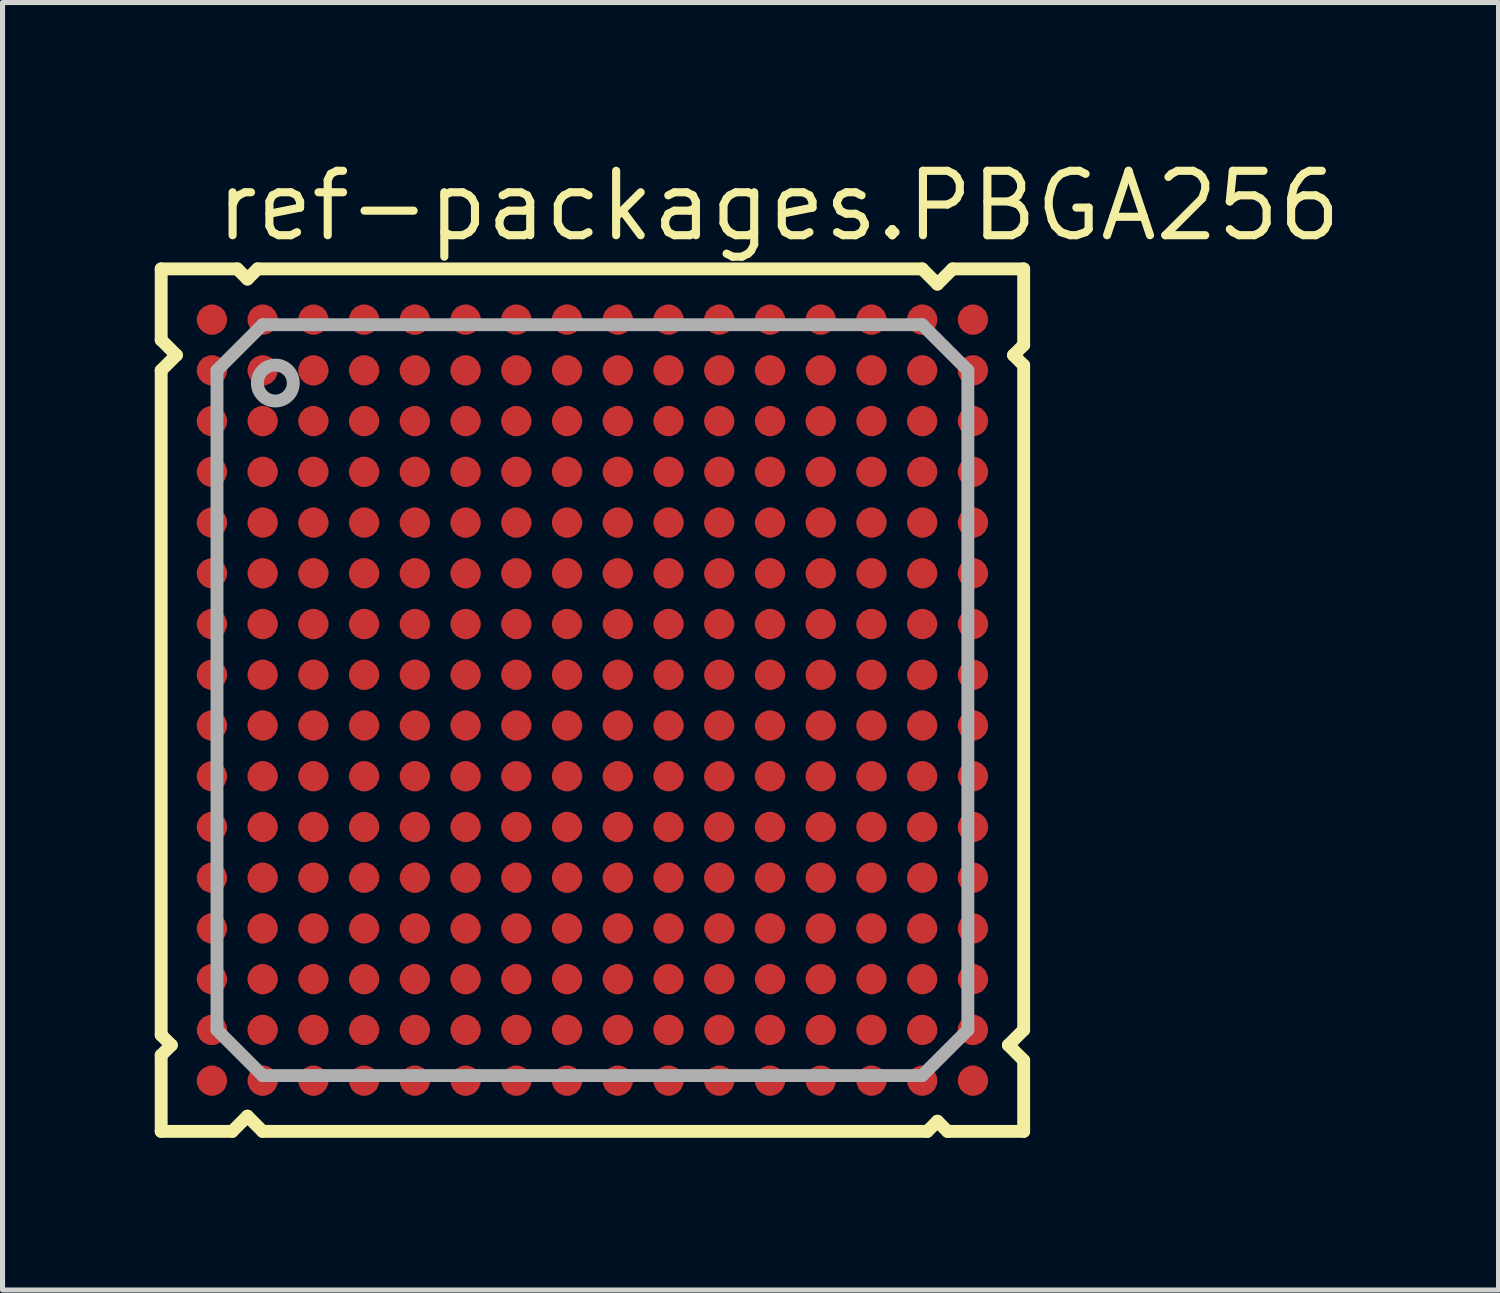
<source format=kicad_pcb>
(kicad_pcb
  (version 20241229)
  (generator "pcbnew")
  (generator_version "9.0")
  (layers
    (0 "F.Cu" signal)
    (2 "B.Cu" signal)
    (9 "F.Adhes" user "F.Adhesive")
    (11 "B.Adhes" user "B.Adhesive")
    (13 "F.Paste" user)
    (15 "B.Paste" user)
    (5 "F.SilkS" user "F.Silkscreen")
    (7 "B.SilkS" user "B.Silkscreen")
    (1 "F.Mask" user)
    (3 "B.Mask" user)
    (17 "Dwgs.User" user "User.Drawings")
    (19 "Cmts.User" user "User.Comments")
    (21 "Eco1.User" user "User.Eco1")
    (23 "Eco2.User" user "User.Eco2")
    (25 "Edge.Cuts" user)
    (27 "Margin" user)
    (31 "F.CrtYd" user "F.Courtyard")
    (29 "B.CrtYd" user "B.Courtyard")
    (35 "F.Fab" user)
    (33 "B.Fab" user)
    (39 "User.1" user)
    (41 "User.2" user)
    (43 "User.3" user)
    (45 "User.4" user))
  (footprint "ref-packages.PBGA256"
    (layer "F.Cu")
    (at 8.627 10.75)
    (property "Reference" "ref-packages.PBGA256" (at -7.5 -9 0) (layer "F.SilkS") (effects (font (size 1.27 1.27) (thickness 0.16)) (justify left bottom)))
    (attr smd)
    (fp_line (start -8.5 -8.5) (end -7 -8.5) (stroke (width 0.254) (type default)) (layer "F.SilkS"))
    (fp_line (start -8.5 -7.1) (end -8.5 -8.5) (stroke (width 0.254) (type default)) (layer "F.SilkS"))
    (fp_line (start -8.5 -6.5) (end -8.2 -6.8) (stroke (width 0.254) (type default)) (layer "F.SilkS"))
    (fp_line (start -8.5 6.6) (end -8.5 -6.5) (stroke (width 0.254) (type default)) (layer "F.SilkS"))
    (fp_line (start -8.5 7) (end -8.3 6.8) (stroke (width 0.254) (type default)) (layer "F.SilkS"))
    (fp_line (start -8.5 8.5) (end -8.5 7) (stroke (width 0.254) (type default)) (layer "F.SilkS"))
    (fp_line (start -8.3 6.8) (end -8.5 6.6) (stroke (width 0.254) (type default)) (layer "F.SilkS"))
    (fp_line (start -8.2 -6.8) (end -8.5 -7.1) (stroke (width 0.254) (type default)) (layer "F.SilkS"))
    (fp_line (start -7.1 8.5) (end -8.5 8.5) (stroke (width 0.254) (type default)) (layer "F.SilkS"))
    (fp_line (start -7 -8.5) (end -6.8 -8.3) (stroke (width 0.254) (type default)) (layer "F.SilkS"))
    (fp_line (start -6.8 -8.3) (end -6.6 -8.5) (stroke (width 0.254) (type default)) (layer "F.SilkS"))
    (fp_line (start -6.8 8.2) (end -7.1 8.5) (stroke (width 0.254) (type default)) (layer "F.SilkS"))
    (fp_line (start -6.6 -8.5) (end 6.5 -8.5) (stroke (width 0.254) (type default)) (layer "F.SilkS"))
    (fp_line (start -6.5 8.5) (end -6.8 8.2) (stroke (width 0.254) (type default)) (layer "F.SilkS"))
    (fp_line (start 6.5 -8.5) (end 6.8 -8.2) (stroke (width 0.254) (type default)) (layer "F.SilkS"))
    (fp_line (start 6.6 8.5) (end -6.5 8.5) (stroke (width 0.254) (type default)) (layer "F.SilkS"))
    (fp_line (start 6.8 -8.2) (end 7.1 -8.5) (stroke (width 0.254) (type default)) (layer "F.SilkS"))
    (fp_line (start 6.8 8.3) (end 6.6 8.5) (stroke (width 0.254) (type default)) (layer "F.SilkS"))
    (fp_line (start 7 8.5) (end 6.8 8.3) (stroke (width 0.254) (type default)) (layer "F.SilkS"))
    (fp_line (start 7.1 -8.5) (end 8.5 -8.5) (stroke (width 0.254) (type default)) (layer "F.SilkS"))
    (fp_line (start 8.2 6.8) (end 8.5 7.1) (stroke (width 0.254) (type default)) (layer "F.SilkS"))
    (fp_line (start 8.3 -6.8) (end 8.5 -6.6) (stroke (width 0.254) (type default)) (layer "F.SilkS"))
    (fp_line (start 8.5 -8.5) (end 8.5 -7) (stroke (width 0.254) (type default)) (layer "F.SilkS"))
    (fp_line (start 8.5 -7) (end 8.3 -6.8) (stroke (width 0.254) (type default)) (layer "F.SilkS"))
    (fp_line (start 8.5 -6.6) (end 8.5 6.5) (stroke (width 0.254) (type default)) (layer "F.SilkS"))
    (fp_line (start 8.5 6.5) (end 8.2 6.8) (stroke (width 0.254) (type default)) (layer "F.SilkS"))
    (fp_line (start 8.5 7.1) (end 8.5 8.5) (stroke (width 0.254) (type default)) (layer "F.SilkS"))
    (fp_line (start 8.5 8.5) (end 7 8.5) (stroke (width 0.254) (type default)) (layer "F.SilkS"))
    (fp_line (start -7.4 -6.5) (end -6.5 -7.4) (stroke (width 0.254) (type default)) (layer "F.Fab"))
    (fp_line (start -7.4 6.5) (end -7.4 -6.5) (stroke (width 0.254) (type default)) (layer "F.Fab"))
    (fp_line (start -6.5 -7.4) (end 6.5 -7.4) (stroke (width 0.254) (type default)) (layer "F.Fab"))
    (fp_line (start -6.5 7.4) (end -7.4 6.5) (stroke (width 0.254) (type default)) (layer "F.Fab"))
    (fp_line (start 6.5 -7.4) (end 7.4 -6.5) (stroke (width 0.254) (type default)) (layer "F.Fab"))
    (fp_line (start 6.5 7.4) (end -6.5 7.4) (stroke (width 0.254) (type default)) (layer "F.Fab"))
    (fp_line (start 7.4 -6.5) (end 7.4 6.5) (stroke (width 0.254) (type default)) (layer "F.Fab"))
    (fp_line (start 7.4 6.5) (end 6.5 7.4) (stroke (width 0.254) (type default)) (layer "F.Fab"))
    (fp_circle (center -6.25 -6.25) (end -5.896 -6.25) (stroke (width 0.254) (type default)) (fill no) (layer "F.Fab"))
    (pad "A1" smd roundrect (at -7.5 -7.5) (size 0.6 0.6) (layers "F.Cu" "F.Mask" "F.Paste") (roundrect_rratio 0.5))
    (pad "A2" smd roundrect (at -6.5 -7.5) (size 0.6 0.6) (layers "F.Cu" "F.Mask" "F.Paste") (roundrect_rratio 0.5))
    (pad "A3" smd roundrect (at -5.5 -7.5) (size 0.6 0.6) (layers "F.Cu" "F.Mask" "F.Paste") (roundrect_rratio 0.5))
    (pad "A4" smd roundrect (at -4.5 -7.5) (size 0.6 0.6) (layers "F.Cu" "F.Mask" "F.Paste") (roundrect_rratio 0.5))
    (pad "A5" smd roundrect (at -3.5 -7.5) (size 0.6 0.6) (layers "F.Cu" "F.Mask" "F.Paste") (roundrect_rratio 0.5))
    (pad "A6" smd roundrect (at -2.5 -7.5) (size 0.6 0.6) (layers "F.Cu" "F.Mask" "F.Paste") (roundrect_rratio 0.5))
    (pad "A7" smd roundrect (at -1.5 -7.5) (size 0.6 0.6) (layers "F.Cu" "F.Mask" "F.Paste") (roundrect_rratio 0.5))
    (pad "A8" smd roundrect (at -0.5 -7.5) (size 0.6 0.6) (layers "F.Cu" "F.Mask" "F.Paste") (roundrect_rratio 0.5))
    (pad "A9" smd roundrect (at 0.5 -7.5) (size 0.6 0.6) (layers "F.Cu" "F.Mask" "F.Paste") (roundrect_rratio 0.5))
    (pad "A10" smd roundrect (at 1.5 -7.5) (size 0.6 0.6) (layers "F.Cu" "F.Mask" "F.Paste") (roundrect_rratio 0.5))
    (pad "A11" smd roundrect (at 2.5 -7.5) (size 0.6 0.6) (layers "F.Cu" "F.Mask" "F.Paste") (roundrect_rratio 0.5))
    (pad "A12" smd roundrect (at 3.5 -7.5) (size 0.6 0.6) (layers "F.Cu" "F.Mask" "F.Paste") (roundrect_rratio 0.5))
    (pad "A13" smd roundrect (at 4.5 -7.5) (size 0.6 0.6) (layers "F.Cu" "F.Mask" "F.Paste") (roundrect_rratio 0.5))
    (pad "A14" smd roundrect (at 5.5 -7.5) (size 0.6 0.6) (layers "F.Cu" "F.Mask" "F.Paste") (roundrect_rratio 0.5))
    (pad "A15" smd roundrect (at 6.5 -7.5) (size 0.6 0.6) (layers "F.Cu" "F.Mask" "F.Paste") (roundrect_rratio 0.5))
    (pad "A16" smd roundrect (at 7.5 -7.5) (size 0.6 0.6) (layers "F.Cu" "F.Mask" "F.Paste") (roundrect_rratio 0.5))
    (pad "B1" smd roundrect (at -7.5 -6.5) (size 0.6 0.6) (layers "F.Cu" "F.Mask" "F.Paste") (roundrect_rratio 0.5))
    (pad "B2" smd roundrect (at -6.5 -6.5) (size 0.6 0.6) (layers "F.Cu" "F.Mask" "F.Paste") (roundrect_rratio 0.5))
    (pad "B3" smd roundrect (at -5.5 -6.5) (size 0.6 0.6) (layers "F.Cu" "F.Mask" "F.Paste") (roundrect_rratio 0.5))
    (pad "B4" smd roundrect (at -4.5 -6.5) (size 0.6 0.6) (layers "F.Cu" "F.Mask" "F.Paste") (roundrect_rratio 0.5))
    (pad "B5" smd roundrect (at -3.5 -6.5) (size 0.6 0.6) (layers "F.Cu" "F.Mask" "F.Paste") (roundrect_rratio 0.5))
    (pad "B6" smd roundrect (at -2.5 -6.5) (size 0.6 0.6) (layers "F.Cu" "F.Mask" "F.Paste") (roundrect_rratio 0.5))
    (pad "B7" smd roundrect (at -1.5 -6.5) (size 0.6 0.6) (layers "F.Cu" "F.Mask" "F.Paste") (roundrect_rratio 0.5))
    (pad "B8" smd roundrect (at -0.5 -6.5) (size 0.6 0.6) (layers "F.Cu" "F.Mask" "F.Paste") (roundrect_rratio 0.5))
    (pad "B9" smd roundrect (at 0.5 -6.5) (size 0.6 0.6) (layers "F.Cu" "F.Mask" "F.Paste") (roundrect_rratio 0.5))
    (pad "B10" smd roundrect (at 1.5 -6.5) (size 0.6 0.6) (layers "F.Cu" "F.Mask" "F.Paste") (roundrect_rratio 0.5))
    (pad "B11" smd roundrect (at 2.5 -6.5) (size 0.6 0.6) (layers "F.Cu" "F.Mask" "F.Paste") (roundrect_rratio 0.5))
    (pad "B12" smd roundrect (at 3.5 -6.5) (size 0.6 0.6) (layers "F.Cu" "F.Mask" "F.Paste") (roundrect_rratio 0.5))
    (pad "B13" smd roundrect (at 4.5 -6.5) (size 0.6 0.6) (layers "F.Cu" "F.Mask" "F.Paste") (roundrect_rratio 0.5))
    (pad "B14" smd roundrect (at 5.5 -6.5) (size 0.6 0.6) (layers "F.Cu" "F.Mask" "F.Paste") (roundrect_rratio 0.5))
    (pad "B15" smd roundrect (at 6.5 -6.5) (size 0.6 0.6) (layers "F.Cu" "F.Mask" "F.Paste") (roundrect_rratio 0.5))
    (pad "B16" smd roundrect (at 7.5 -6.5) (size 0.6 0.6) (layers "F.Cu" "F.Mask" "F.Paste") (roundrect_rratio 0.5))
    (pad "C1" smd roundrect (at -7.5 -5.5) (size 0.6 0.6) (layers "F.Cu" "F.Mask" "F.Paste") (roundrect_rratio 0.5))
    (pad "C2" smd roundrect (at -6.5 -5.5) (size 0.6 0.6) (layers "F.Cu" "F.Mask" "F.Paste") (roundrect_rratio 0.5))
    (pad "C3" smd roundrect (at -5.5 -5.5) (size 0.6 0.6) (layers "F.Cu" "F.Mask" "F.Paste") (roundrect_rratio 0.5))
    (pad "C4" smd roundrect (at -4.5 -5.5) (size 0.6 0.6) (layers "F.Cu" "F.Mask" "F.Paste") (roundrect_rratio 0.5))
    (pad "C5" smd roundrect (at -3.5 -5.5) (size 0.6 0.6) (layers "F.Cu" "F.Mask" "F.Paste") (roundrect_rratio 0.5))
    (pad "C6" smd roundrect (at -2.5 -5.5) (size 0.6 0.6) (layers "F.Cu" "F.Mask" "F.Paste") (roundrect_rratio 0.5))
    (pad "C7" smd roundrect (at -1.5 -5.5) (size 0.6 0.6) (layers "F.Cu" "F.Mask" "F.Paste") (roundrect_rratio 0.5))
    (pad "C8" smd roundrect (at -0.5 -5.5) (size 0.6 0.6) (layers "F.Cu" "F.Mask" "F.Paste") (roundrect_rratio 0.5))
    (pad "C9" smd roundrect (at 0.5 -5.5) (size 0.6 0.6) (layers "F.Cu" "F.Mask" "F.Paste") (roundrect_rratio 0.5))
    (pad "C10" smd roundrect (at 1.5 -5.5) (size 0.6 0.6) (layers "F.Cu" "F.Mask" "F.Paste") (roundrect_rratio 0.5))
    (pad "C11" smd roundrect (at 2.5 -5.5) (size 0.6 0.6) (layers "F.Cu" "F.Mask" "F.Paste") (roundrect_rratio 0.5))
    (pad "C12" smd roundrect (at 3.5 -5.5) (size 0.6 0.6) (layers "F.Cu" "F.Mask" "F.Paste") (roundrect_rratio 0.5))
    (pad "C13" smd roundrect (at 4.5 -5.5) (size 0.6 0.6) (layers "F.Cu" "F.Mask" "F.Paste") (roundrect_rratio 0.5))
    (pad "C14" smd roundrect (at 5.5 -5.5) (size 0.6 0.6) (layers "F.Cu" "F.Mask" "F.Paste") (roundrect_rratio 0.5))
    (pad "C15" smd roundrect (at 6.5 -5.5) (size 0.6 0.6) (layers "F.Cu" "F.Mask" "F.Paste") (roundrect_rratio 0.5))
    (pad "C16" smd roundrect (at 7.5 -5.5) (size 0.6 0.6) (layers "F.Cu" "F.Mask" "F.Paste") (roundrect_rratio 0.5))
    (pad "D1" smd roundrect (at -7.5 -4.5) (size 0.6 0.6) (layers "F.Cu" "F.Mask" "F.Paste") (roundrect_rratio 0.5))
    (pad "D2" smd roundrect (at -6.5 -4.5) (size 0.6 0.6) (layers "F.Cu" "F.Mask" "F.Paste") (roundrect_rratio 0.5))
    (pad "D3" smd roundrect (at -5.5 -4.5) (size 0.6 0.6) (layers "F.Cu" "F.Mask" "F.Paste") (roundrect_rratio 0.5))
    (pad "D4" smd roundrect (at -4.5 -4.5) (size 0.6 0.6) (layers "F.Cu" "F.Mask" "F.Paste") (roundrect_rratio 0.5))
    (pad "D5" smd roundrect (at -3.5 -4.5) (size 0.6 0.6) (layers "F.Cu" "F.Mask" "F.Paste") (roundrect_rratio 0.5))
    (pad "D6" smd roundrect (at -2.5 -4.5) (size 0.6 0.6) (layers "F.Cu" "F.Mask" "F.Paste") (roundrect_rratio 0.5))
    (pad "D7" smd roundrect (at -1.5 -4.5) (size 0.6 0.6) (layers "F.Cu" "F.Mask" "F.Paste") (roundrect_rratio 0.5))
    (pad "D8" smd roundrect (at -0.5 -4.5) (size 0.6 0.6) (layers "F.Cu" "F.Mask" "F.Paste") (roundrect_rratio 0.5))
    (pad "D9" smd roundrect (at 0.5 -4.5) (size 0.6 0.6) (layers "F.Cu" "F.Mask" "F.Paste") (roundrect_rratio 0.5))
    (pad "D10" smd roundrect (at 1.5 -4.5) (size 0.6 0.6) (layers "F.Cu" "F.Mask" "F.Paste") (roundrect_rratio 0.5))
    (pad "D11" smd roundrect (at 2.5 -4.5) (size 0.6 0.6) (layers "F.Cu" "F.Mask" "F.Paste") (roundrect_rratio 0.5))
    (pad "D12" smd roundrect (at 3.5 -4.5) (size 0.6 0.6) (layers "F.Cu" "F.Mask" "F.Paste") (roundrect_rratio 0.5))
    (pad "D13" smd roundrect (at 4.5 -4.5) (size 0.6 0.6) (layers "F.Cu" "F.Mask" "F.Paste") (roundrect_rratio 0.5))
    (pad "D14" smd roundrect (at 5.5 -4.5) (size 0.6 0.6) (layers "F.Cu" "F.Mask" "F.Paste") (roundrect_rratio 0.5))
    (pad "D15" smd roundrect (at 6.5 -4.5) (size 0.6 0.6) (layers "F.Cu" "F.Mask" "F.Paste") (roundrect_rratio 0.5))
    (pad "D16" smd roundrect (at 7.5 -4.5) (size 0.6 0.6) (layers "F.Cu" "F.Mask" "F.Paste") (roundrect_rratio 0.5))
    (pad "E1" smd roundrect (at -7.5 -3.5) (size 0.6 0.6) (layers "F.Cu" "F.Mask" "F.Paste") (roundrect_rratio 0.5))
    (pad "E2" smd roundrect (at -6.5 -3.5) (size 0.6 0.6) (layers "F.Cu" "F.Mask" "F.Paste") (roundrect_rratio 0.5))
    (pad "E3" smd roundrect (at -5.5 -3.5) (size 0.6 0.6) (layers "F.Cu" "F.Mask" "F.Paste") (roundrect_rratio 0.5))
    (pad "E4" smd roundrect (at -4.5 -3.5) (size 0.6 0.6) (layers "F.Cu" "F.Mask" "F.Paste") (roundrect_rratio 0.5))
    (pad "E5" smd roundrect (at -3.5 -3.5) (size 0.6 0.6) (layers "F.Cu" "F.Mask" "F.Paste") (roundrect_rratio 0.5))
    (pad "E6" smd roundrect (at -2.5 -3.5) (size 0.6 0.6) (layers "F.Cu" "F.Mask" "F.Paste") (roundrect_rratio 0.5))
    (pad "E7" smd roundrect (at -1.5 -3.5) (size 0.6 0.6) (layers "F.Cu" "F.Mask" "F.Paste") (roundrect_rratio 0.5))
    (pad "E8" smd roundrect (at -0.5 -3.5) (size 0.6 0.6) (layers "F.Cu" "F.Mask" "F.Paste") (roundrect_rratio 0.5))
    (pad "E9" smd roundrect (at 0.5 -3.5) (size 0.6 0.6) (layers "F.Cu" "F.Mask" "F.Paste") (roundrect_rratio 0.5))
    (pad "E10" smd roundrect (at 1.5 -3.5) (size 0.6 0.6) (layers "F.Cu" "F.Mask" "F.Paste") (roundrect_rratio 0.5))
    (pad "E11" smd roundrect (at 2.5 -3.5) (size 0.6 0.6) (layers "F.Cu" "F.Mask" "F.Paste") (roundrect_rratio 0.5))
    (pad "E12" smd roundrect (at 3.5 -3.5) (size 0.6 0.6) (layers "F.Cu" "F.Mask" "F.Paste") (roundrect_rratio 0.5))
    (pad "E13" smd roundrect (at 4.5 -3.5) (size 0.6 0.6) (layers "F.Cu" "F.Mask" "F.Paste") (roundrect_rratio 0.5))
    (pad "E14" smd roundrect (at 5.5 -3.5) (size 0.6 0.6) (layers "F.Cu" "F.Mask" "F.Paste") (roundrect_rratio 0.5))
    (pad "E15" smd roundrect (at 6.5 -3.5) (size 0.6 0.6) (layers "F.Cu" "F.Mask" "F.Paste") (roundrect_rratio 0.5))
    (pad "E16" smd roundrect (at 7.5 -3.5) (size 0.6 0.6) (layers "F.Cu" "F.Mask" "F.Paste") (roundrect_rratio 0.5))
    (pad "F1" smd roundrect (at -7.5 -2.5) (size 0.6 0.6) (layers "F.Cu" "F.Mask" "F.Paste") (roundrect_rratio 0.5))
    (pad "F2" smd roundrect (at -6.5 -2.5) (size 0.6 0.6) (layers "F.Cu" "F.Mask" "F.Paste") (roundrect_rratio 0.5))
    (pad "F3" smd roundrect (at -5.5 -2.5) (size 0.6 0.6) (layers "F.Cu" "F.Mask" "F.Paste") (roundrect_rratio 0.5))
    (pad "F4" smd roundrect (at -4.5 -2.5) (size 0.6 0.6) (layers "F.Cu" "F.Mask" "F.Paste") (roundrect_rratio 0.5))
    (pad "F5" smd roundrect (at -3.5 -2.5) (size 0.6 0.6) (layers "F.Cu" "F.Mask" "F.Paste") (roundrect_rratio 0.5))
    (pad "F6" smd roundrect (at -2.5 -2.5) (size 0.6 0.6) (layers "F.Cu" "F.Mask" "F.Paste") (roundrect_rratio 0.5))
    (pad "F7" smd roundrect (at -1.5 -2.5) (size 0.6 0.6) (layers "F.Cu" "F.Mask" "F.Paste") (roundrect_rratio 0.5))
    (pad "F8" smd roundrect (at -0.5 -2.5) (size 0.6 0.6) (layers "F.Cu" "F.Mask" "F.Paste") (roundrect_rratio 0.5))
    (pad "F9" smd roundrect (at 0.5 -2.5) (size 0.6 0.6) (layers "F.Cu" "F.Mask" "F.Paste") (roundrect_rratio 0.5))
    (pad "F10" smd roundrect (at 1.5 -2.5) (size 0.6 0.6) (layers "F.Cu" "F.Mask" "F.Paste") (roundrect_rratio 0.5))
    (pad "F11" smd roundrect (at 2.5 -2.5) (size 0.6 0.6) (layers "F.Cu" "F.Mask" "F.Paste") (roundrect_rratio 0.5))
    (pad "F12" smd roundrect (at 3.5 -2.5) (size 0.6 0.6) (layers "F.Cu" "F.Mask" "F.Paste") (roundrect_rratio 0.5))
    (pad "F13" smd roundrect (at 4.5 -2.5) (size 0.6 0.6) (layers "F.Cu" "F.Mask" "F.Paste") (roundrect_rratio 0.5))
    (pad "F14" smd roundrect (at 5.5 -2.5) (size 0.6 0.6) (layers "F.Cu" "F.Mask" "F.Paste") (roundrect_rratio 0.5))
    (pad "F15" smd roundrect (at 6.5 -2.5) (size 0.6 0.6) (layers "F.Cu" "F.Mask" "F.Paste") (roundrect_rratio 0.5))
    (pad "F16" smd roundrect (at 7.5 -2.5) (size 0.6 0.6) (layers "F.Cu" "F.Mask" "F.Paste") (roundrect_rratio 0.5))
    (pad "G1" smd roundrect (at -7.5 -1.5) (size 0.6 0.6) (layers "F.Cu" "F.Mask" "F.Paste") (roundrect_rratio 0.5))
    (pad "G2" smd roundrect (at -6.5 -1.5) (size 0.6 0.6) (layers "F.Cu" "F.Mask" "F.Paste") (roundrect_rratio 0.5))
    (pad "G3" smd roundrect (at -5.5 -1.5) (size 0.6 0.6) (layers "F.Cu" "F.Mask" "F.Paste") (roundrect_rratio 0.5))
    (pad "G4" smd roundrect (at -4.5 -1.5) (size 0.6 0.6) (layers "F.Cu" "F.Mask" "F.Paste") (roundrect_rratio 0.5))
    (pad "G5" smd roundrect (at -3.5 -1.5) (size 0.6 0.6) (layers "F.Cu" "F.Mask" "F.Paste") (roundrect_rratio 0.5))
    (pad "G6" smd roundrect (at -2.5 -1.5) (size 0.6 0.6) (layers "F.Cu" "F.Mask" "F.Paste") (roundrect_rratio 0.5))
    (pad "G7" smd roundrect (at -1.5 -1.5) (size 0.6 0.6) (layers "F.Cu" "F.Mask" "F.Paste") (roundrect_rratio 0.5))
    (pad "G8" smd roundrect (at -0.5 -1.5) (size 0.6 0.6) (layers "F.Cu" "F.Mask" "F.Paste") (roundrect_rratio 0.5))
    (pad "G9" smd roundrect (at 0.5 -1.5) (size 0.6 0.6) (layers "F.Cu" "F.Mask" "F.Paste") (roundrect_rratio 0.5))
    (pad "G10" smd roundrect (at 1.5 -1.5) (size 0.6 0.6) (layers "F.Cu" "F.Mask" "F.Paste") (roundrect_rratio 0.5))
    (pad "G11" smd roundrect (at 2.5 -1.5) (size 0.6 0.6) (layers "F.Cu" "F.Mask" "F.Paste") (roundrect_rratio 0.5))
    (pad "G12" smd roundrect (at 3.5 -1.5) (size 0.6 0.6) (layers "F.Cu" "F.Mask" "F.Paste") (roundrect_rratio 0.5))
    (pad "G13" smd roundrect (at 4.5 -1.5) (size 0.6 0.6) (layers "F.Cu" "F.Mask" "F.Paste") (roundrect_rratio 0.5))
    (pad "G14" smd roundrect (at 5.5 -1.5) (size 0.6 0.6) (layers "F.Cu" "F.Mask" "F.Paste") (roundrect_rratio 0.5))
    (pad "G15" smd roundrect (at 6.5 -1.5) (size 0.6 0.6) (layers "F.Cu" "F.Mask" "F.Paste") (roundrect_rratio 0.5))
    (pad "G16" smd roundrect (at 7.5 -1.5) (size 0.6 0.6) (layers "F.Cu" "F.Mask" "F.Paste") (roundrect_rratio 0.5))
    (pad "H1" smd roundrect (at -7.5 -0.5) (size 0.6 0.6) (layers "F.Cu" "F.Mask" "F.Paste") (roundrect_rratio 0.5))
    (pad "H2" smd roundrect (at -6.5 -0.5) (size 0.6 0.6) (layers "F.Cu" "F.Mask" "F.Paste") (roundrect_rratio 0.5))
    (pad "H3" smd roundrect (at -5.5 -0.5) (size 0.6 0.6) (layers "F.Cu" "F.Mask" "F.Paste") (roundrect_rratio 0.5))
    (pad "H4" smd roundrect (at -4.5 -0.5) (size 0.6 0.6) (layers "F.Cu" "F.Mask" "F.Paste") (roundrect_rratio 0.5))
    (pad "H5" smd roundrect (at -3.5 -0.5) (size 0.6 0.6) (layers "F.Cu" "F.Mask" "F.Paste") (roundrect_rratio 0.5))
    (pad "H6" smd roundrect (at -2.5 -0.5) (size 0.6 0.6) (layers "F.Cu" "F.Mask" "F.Paste") (roundrect_rratio 0.5))
    (pad "H7" smd roundrect (at -1.5 -0.5) (size 0.6 0.6) (layers "F.Cu" "F.Mask" "F.Paste") (roundrect_rratio 0.5))
    (pad "H8" smd roundrect (at -0.5 -0.5) (size 0.6 0.6) (layers "F.Cu" "F.Mask" "F.Paste") (roundrect_rratio 0.5))
    (pad "H9" smd roundrect (at 0.5 -0.5) (size 0.6 0.6) (layers "F.Cu" "F.Mask" "F.Paste") (roundrect_rratio 0.5))
    (pad "H10" smd roundrect (at 1.5 -0.5) (size 0.6 0.6) (layers "F.Cu" "F.Mask" "F.Paste") (roundrect_rratio 0.5))
    (pad "H11" smd roundrect (at 2.5 -0.5) (size 0.6 0.6) (layers "F.Cu" "F.Mask" "F.Paste") (roundrect_rratio 0.5))
    (pad "H12" smd roundrect (at 3.5 -0.5) (size 0.6 0.6) (layers "F.Cu" "F.Mask" "F.Paste") (roundrect_rratio 0.5))
    (pad "H13" smd roundrect (at 4.5 -0.5) (size 0.6 0.6) (layers "F.Cu" "F.Mask" "F.Paste") (roundrect_rratio 0.5))
    (pad "H14" smd roundrect (at 5.5 -0.5) (size 0.6 0.6) (layers "F.Cu" "F.Mask" "F.Paste") (roundrect_rratio 0.5))
    (pad "H15" smd roundrect (at 6.5 -0.5) (size 0.6 0.6) (layers "F.Cu" "F.Mask" "F.Paste") (roundrect_rratio 0.5))
    (pad "H16" smd roundrect (at 7.5 -0.5) (size 0.6 0.6) (layers "F.Cu" "F.Mask" "F.Paste") (roundrect_rratio 0.5))
    (pad "J1" smd roundrect (at -7.5 0.5) (size 0.6 0.6) (layers "F.Cu" "F.Mask" "F.Paste") (roundrect_rratio 0.5))
    (pad "J2" smd roundrect (at -6.5 0.5) (size 0.6 0.6) (layers "F.Cu" "F.Mask" "F.Paste") (roundrect_rratio 0.5))
    (pad "J3" smd roundrect (at -5.5 0.5) (size 0.6 0.6) (layers "F.Cu" "F.Mask" "F.Paste") (roundrect_rratio 0.5))
    (pad "J4" smd roundrect (at -4.5 0.5) (size 0.6 0.6) (layers "F.Cu" "F.Mask" "F.Paste") (roundrect_rratio 0.5))
    (pad "J5" smd roundrect (at -3.5 0.5) (size 0.6 0.6) (layers "F.Cu" "F.Mask" "F.Paste") (roundrect_rratio 0.5))
    (pad "J6" smd roundrect (at -2.5 0.5) (size 0.6 0.6) (layers "F.Cu" "F.Mask" "F.Paste") (roundrect_rratio 0.5))
    (pad "J7" smd roundrect (at -1.5 0.5) (size 0.6 0.6) (layers "F.Cu" "F.Mask" "F.Paste") (roundrect_rratio 0.5))
    (pad "J8" smd roundrect (at -0.5 0.5) (size 0.6 0.6) (layers "F.Cu" "F.Mask" "F.Paste") (roundrect_rratio 0.5))
    (pad "J9" smd roundrect (at 0.5 0.5) (size 0.6 0.6) (layers "F.Cu" "F.Mask" "F.Paste") (roundrect_rratio 0.5))
    (pad "J10" smd roundrect (at 1.5 0.5) (size 0.6 0.6) (layers "F.Cu" "F.Mask" "F.Paste") (roundrect_rratio 0.5))
    (pad "J11" smd roundrect (at 2.5 0.5) (size 0.6 0.6) (layers "F.Cu" "F.Mask" "F.Paste") (roundrect_rratio 0.5))
    (pad "J12" smd roundrect (at 3.5 0.5) (size 0.6 0.6) (layers "F.Cu" "F.Mask" "F.Paste") (roundrect_rratio 0.5))
    (pad "J13" smd roundrect (at 4.5 0.5) (size 0.6 0.6) (layers "F.Cu" "F.Mask" "F.Paste") (roundrect_rratio 0.5))
    (pad "J14" smd roundrect (at 5.5 0.5) (size 0.6 0.6) (layers "F.Cu" "F.Mask" "F.Paste") (roundrect_rratio 0.5))
    (pad "J15" smd roundrect (at 6.5 0.5) (size 0.6 0.6) (layers "F.Cu" "F.Mask" "F.Paste") (roundrect_rratio 0.5))
    (pad "J16" smd roundrect (at 7.5 0.5) (size 0.6 0.6) (layers "F.Cu" "F.Mask" "F.Paste") (roundrect_rratio 0.5))
    (pad "K1" smd roundrect (at -7.5 1.5) (size 0.6 0.6) (layers "F.Cu" "F.Mask" "F.Paste") (roundrect_rratio 0.5))
    (pad "K2" smd roundrect (at -6.5 1.5) (size 0.6 0.6) (layers "F.Cu" "F.Mask" "F.Paste") (roundrect_rratio 0.5))
    (pad "K3" smd roundrect (at -5.5 1.5) (size 0.6 0.6) (layers "F.Cu" "F.Mask" "F.Paste") (roundrect_rratio 0.5))
    (pad "K4" smd roundrect (at -4.5 1.5) (size 0.6 0.6) (layers "F.Cu" "F.Mask" "F.Paste") (roundrect_rratio 0.5))
    (pad "K5" smd roundrect (at -3.5 1.5) (size 0.6 0.6) (layers "F.Cu" "F.Mask" "F.Paste") (roundrect_rratio 0.5))
    (pad "K6" smd roundrect (at -2.5 1.5) (size 0.6 0.6) (layers "F.Cu" "F.Mask" "F.Paste") (roundrect_rratio 0.5))
    (pad "K7" smd roundrect (at -1.5 1.5) (size 0.6 0.6) (layers "F.Cu" "F.Mask" "F.Paste") (roundrect_rratio 0.5))
    (pad "K8" smd roundrect (at -0.5 1.5) (size 0.6 0.6) (layers "F.Cu" "F.Mask" "F.Paste") (roundrect_rratio 0.5))
    (pad "K9" smd roundrect (at 0.5 1.5) (size 0.6 0.6) (layers "F.Cu" "F.Mask" "F.Paste") (roundrect_rratio 0.5))
    (pad "K10" smd roundrect (at 1.5 1.5) (size 0.6 0.6) (layers "F.Cu" "F.Mask" "F.Paste") (roundrect_rratio 0.5))
    (pad "K11" smd roundrect (at 2.5 1.5) (size 0.6 0.6) (layers "F.Cu" "F.Mask" "F.Paste") (roundrect_rratio 0.5))
    (pad "K12" smd roundrect (at 3.5 1.5) (size 0.6 0.6) (layers "F.Cu" "F.Mask" "F.Paste") (roundrect_rratio 0.5))
    (pad "K13" smd roundrect (at 4.5 1.5) (size 0.6 0.6) (layers "F.Cu" "F.Mask" "F.Paste") (roundrect_rratio 0.5))
    (pad "K14" smd roundrect (at 5.5 1.5) (size 0.6 0.6) (layers "F.Cu" "F.Mask" "F.Paste") (roundrect_rratio 0.5))
    (pad "K15" smd roundrect (at 6.5 1.5) (size 0.6 0.6) (layers "F.Cu" "F.Mask" "F.Paste") (roundrect_rratio 0.5))
    (pad "K16" smd roundrect (at 7.5 1.5) (size 0.6 0.6) (layers "F.Cu" "F.Mask" "F.Paste") (roundrect_rratio 0.5))
    (pad "L1" smd roundrect (at -7.5 2.5) (size 0.6 0.6) (layers "F.Cu" "F.Mask" "F.Paste") (roundrect_rratio 0.5))
    (pad "L2" smd roundrect (at -6.5 2.5) (size 0.6 0.6) (layers "F.Cu" "F.Mask" "F.Paste") (roundrect_rratio 0.5))
    (pad "L3" smd roundrect (at -5.5 2.5) (size 0.6 0.6) (layers "F.Cu" "F.Mask" "F.Paste") (roundrect_rratio 0.5))
    (pad "L4" smd roundrect (at -4.5 2.5) (size 0.6 0.6) (layers "F.Cu" "F.Mask" "F.Paste") (roundrect_rratio 0.5))
    (pad "L5" smd roundrect (at -3.5 2.5) (size 0.6 0.6) (layers "F.Cu" "F.Mask" "F.Paste") (roundrect_rratio 0.5))
    (pad "L6" smd roundrect (at -2.5 2.5) (size 0.6 0.6) (layers "F.Cu" "F.Mask" "F.Paste") (roundrect_rratio 0.5))
    (pad "L7" smd roundrect (at -1.5 2.5) (size 0.6 0.6) (layers "F.Cu" "F.Mask" "F.Paste") (roundrect_rratio 0.5))
    (pad "L8" smd roundrect (at -0.5 2.5) (size 0.6 0.6) (layers "F.Cu" "F.Mask" "F.Paste") (roundrect_rratio 0.5))
    (pad "L9" smd roundrect (at 0.5 2.5) (size 0.6 0.6) (layers "F.Cu" "F.Mask" "F.Paste") (roundrect_rratio 0.5))
    (pad "L10" smd roundrect (at 1.5 2.5) (size 0.6 0.6) (layers "F.Cu" "F.Mask" "F.Paste") (roundrect_rratio 0.5))
    (pad "L11" smd roundrect (at 2.5 2.5) (size 0.6 0.6) (layers "F.Cu" "F.Mask" "F.Paste") (roundrect_rratio 0.5))
    (pad "L12" smd roundrect (at 3.5 2.5) (size 0.6 0.6) (layers "F.Cu" "F.Mask" "F.Paste") (roundrect_rratio 0.5))
    (pad "L13" smd roundrect (at 4.5 2.5) (size 0.6 0.6) (layers "F.Cu" "F.Mask" "F.Paste") (roundrect_rratio 0.5))
    (pad "L14" smd roundrect (at 5.5 2.5) (size 0.6 0.6) (layers "F.Cu" "F.Mask" "F.Paste") (roundrect_rratio 0.5))
    (pad "L15" smd roundrect (at 6.5 2.5) (size 0.6 0.6) (layers "F.Cu" "F.Mask" "F.Paste") (roundrect_rratio 0.5))
    (pad "L16" smd roundrect (at 7.5 2.5) (size 0.6 0.6) (layers "F.Cu" "F.Mask" "F.Paste") (roundrect_rratio 0.5))
    (pad "M1" smd roundrect (at -7.5 3.5) (size 0.6 0.6) (layers "F.Cu" "F.Mask" "F.Paste") (roundrect_rratio 0.5))
    (pad "M2" smd roundrect (at -6.5 3.5) (size 0.6 0.6) (layers "F.Cu" "F.Mask" "F.Paste") (roundrect_rratio 0.5))
    (pad "M3" smd roundrect (at -5.5 3.5) (size 0.6 0.6) (layers "F.Cu" "F.Mask" "F.Paste") (roundrect_rratio 0.5))
    (pad "M4" smd roundrect (at -4.5 3.5) (size 0.6 0.6) (layers "F.Cu" "F.Mask" "F.Paste") (roundrect_rratio 0.5))
    (pad "M5" smd roundrect (at -3.5 3.5) (size 0.6 0.6) (layers "F.Cu" "F.Mask" "F.Paste") (roundrect_rratio 0.5))
    (pad "M6" smd roundrect (at -2.5 3.5) (size 0.6 0.6) (layers "F.Cu" "F.Mask" "F.Paste") (roundrect_rratio 0.5))
    (pad "M7" smd roundrect (at -1.5 3.5) (size 0.6 0.6) (layers "F.Cu" "F.Mask" "F.Paste") (roundrect_rratio 0.5))
    (pad "M8" smd roundrect (at -0.5 3.5) (size 0.6 0.6) (layers "F.Cu" "F.Mask" "F.Paste") (roundrect_rratio 0.5))
    (pad "M9" smd roundrect (at 0.5 3.5) (size 0.6 0.6) (layers "F.Cu" "F.Mask" "F.Paste") (roundrect_rratio 0.5))
    (pad "M10" smd roundrect (at 1.5 3.5) (size 0.6 0.6) (layers "F.Cu" "F.Mask" "F.Paste") (roundrect_rratio 0.5))
    (pad "M11" smd roundrect (at 2.5 3.5) (size 0.6 0.6) (layers "F.Cu" "F.Mask" "F.Paste") (roundrect_rratio 0.5))
    (pad "M12" smd roundrect (at 3.5 3.5) (size 0.6 0.6) (layers "F.Cu" "F.Mask" "F.Paste") (roundrect_rratio 0.5))
    (pad "M13" smd roundrect (at 4.5 3.5) (size 0.6 0.6) (layers "F.Cu" "F.Mask" "F.Paste") (roundrect_rratio 0.5))
    (pad "M14" smd roundrect (at 5.5 3.5) (size 0.6 0.6) (layers "F.Cu" "F.Mask" "F.Paste") (roundrect_rratio 0.5))
    (pad "M15" smd roundrect (at 6.5 3.5) (size 0.6 0.6) (layers "F.Cu" "F.Mask" "F.Paste") (roundrect_rratio 0.5))
    (pad "M16" smd roundrect (at 7.5 3.5) (size 0.6 0.6) (layers "F.Cu" "F.Mask" "F.Paste") (roundrect_rratio 0.5))
    (pad "N1" smd roundrect (at -7.5 4.5) (size 0.6 0.6) (layers "F.Cu" "F.Mask" "F.Paste") (roundrect_rratio 0.5))
    (pad "N2" smd roundrect (at -6.5 4.5) (size 0.6 0.6) (layers "F.Cu" "F.Mask" "F.Paste") (roundrect_rratio 0.5))
    (pad "N3" smd roundrect (at -5.5 4.5) (size 0.6 0.6) (layers "F.Cu" "F.Mask" "F.Paste") (roundrect_rratio 0.5))
    (pad "N4" smd roundrect (at -4.5 4.5) (size 0.6 0.6) (layers "F.Cu" "F.Mask" "F.Paste") (roundrect_rratio 0.5))
    (pad "N5" smd roundrect (at -3.5 4.5) (size 0.6 0.6) (layers "F.Cu" "F.Mask" "F.Paste") (roundrect_rratio 0.5))
    (pad "N6" smd roundrect (at -2.5 4.5) (size 0.6 0.6) (layers "F.Cu" "F.Mask" "F.Paste") (roundrect_rratio 0.5))
    (pad "N7" smd roundrect (at -1.5 4.5) (size 0.6 0.6) (layers "F.Cu" "F.Mask" "F.Paste") (roundrect_rratio 0.5))
    (pad "N8" smd roundrect (at -0.5 4.5) (size 0.6 0.6) (layers "F.Cu" "F.Mask" "F.Paste") (roundrect_rratio 0.5))
    (pad "N9" smd roundrect (at 0.5 4.5) (size 0.6 0.6) (layers "F.Cu" "F.Mask" "F.Paste") (roundrect_rratio 0.5))
    (pad "N10" smd roundrect (at 1.5 4.5) (size 0.6 0.6) (layers "F.Cu" "F.Mask" "F.Paste") (roundrect_rratio 0.5))
    (pad "N11" smd roundrect (at 2.5 4.5) (size 0.6 0.6) (layers "F.Cu" "F.Mask" "F.Paste") (roundrect_rratio 0.5))
    (pad "N12" smd roundrect (at 3.5 4.5) (size 0.6 0.6) (layers "F.Cu" "F.Mask" "F.Paste") (roundrect_rratio 0.5))
    (pad "N13" smd roundrect (at 4.5 4.5) (size 0.6 0.6) (layers "F.Cu" "F.Mask" "F.Paste") (roundrect_rratio 0.5))
    (pad "N14" smd roundrect (at 5.5 4.5) (size 0.6 0.6) (layers "F.Cu" "F.Mask" "F.Paste") (roundrect_rratio 0.5))
    (pad "N15" smd roundrect (at 6.5 4.5) (size 0.6 0.6) (layers "F.Cu" "F.Mask" "F.Paste") (roundrect_rratio 0.5))
    (pad "N16" smd roundrect (at 7.5 4.5) (size 0.6 0.6) (layers "F.Cu" "F.Mask" "F.Paste") (roundrect_rratio 0.5))
    (pad "P1" smd roundrect (at -7.5 5.5) (size 0.6 0.6) (layers "F.Cu" "F.Mask" "F.Paste") (roundrect_rratio 0.5))
    (pad "P2" smd roundrect (at -6.5 5.5) (size 0.6 0.6) (layers "F.Cu" "F.Mask" "F.Paste") (roundrect_rratio 0.5))
    (pad "P3" smd roundrect (at -5.5 5.5) (size 0.6 0.6) (layers "F.Cu" "F.Mask" "F.Paste") (roundrect_rratio 0.5))
    (pad "P4" smd roundrect (at -4.5 5.5) (size 0.6 0.6) (layers "F.Cu" "F.Mask" "F.Paste") (roundrect_rratio 0.5))
    (pad "P5" smd roundrect (at -3.5 5.5) (size 0.6 0.6) (layers "F.Cu" "F.Mask" "F.Paste") (roundrect_rratio 0.5))
    (pad "P6" smd roundrect (at -2.5 5.5) (size 0.6 0.6) (layers "F.Cu" "F.Mask" "F.Paste") (roundrect_rratio 0.5))
    (pad "P7" smd roundrect (at -1.5 5.5) (size 0.6 0.6) (layers "F.Cu" "F.Mask" "F.Paste") (roundrect_rratio 0.5))
    (pad "P8" smd roundrect (at -0.5 5.5) (size 0.6 0.6) (layers "F.Cu" "F.Mask" "F.Paste") (roundrect_rratio 0.5))
    (pad "P9" smd roundrect (at 0.5 5.5) (size 0.6 0.6) (layers "F.Cu" "F.Mask" "F.Paste") (roundrect_rratio 0.5))
    (pad "P10" smd roundrect (at 1.5 5.5) (size 0.6 0.6) (layers "F.Cu" "F.Mask" "F.Paste") (roundrect_rratio 0.5))
    (pad "P11" smd roundrect (at 2.5 5.5) (size 0.6 0.6) (layers "F.Cu" "F.Mask" "F.Paste") (roundrect_rratio 0.5))
    (pad "P12" smd roundrect (at 3.5 5.5) (size 0.6 0.6) (layers "F.Cu" "F.Mask" "F.Paste") (roundrect_rratio 0.5))
    (pad "P13" smd roundrect (at 4.5 5.5) (size 0.6 0.6) (layers "F.Cu" "F.Mask" "F.Paste") (roundrect_rratio 0.5))
    (pad "P14" smd roundrect (at 5.5 5.5) (size 0.6 0.6) (layers "F.Cu" "F.Mask" "F.Paste") (roundrect_rratio 0.5))
    (pad "P15" smd roundrect (at 6.5 5.5) (size 0.6 0.6) (layers "F.Cu" "F.Mask" "F.Paste") (roundrect_rratio 0.5))
    (pad "P16" smd roundrect (at 7.5 5.5) (size 0.6 0.6) (layers "F.Cu" "F.Mask" "F.Paste") (roundrect_rratio 0.5))
    (pad "R1" smd roundrect (at -7.5 6.5) (size 0.6 0.6) (layers "F.Cu" "F.Mask" "F.Paste") (roundrect_rratio 0.5))
    (pad "R2" smd roundrect (at -6.5 6.5) (size 0.6 0.6) (layers "F.Cu" "F.Mask" "F.Paste") (roundrect_rratio 0.5))
    (pad "R3" smd roundrect (at -5.5 6.5) (size 0.6 0.6) (layers "F.Cu" "F.Mask" "F.Paste") (roundrect_rratio 0.5))
    (pad "R4" smd roundrect (at -4.5 6.5) (size 0.6 0.6) (layers "F.Cu" "F.Mask" "F.Paste") (roundrect_rratio 0.5))
    (pad "R5" smd roundrect (at -3.5 6.5) (size 0.6 0.6) (layers "F.Cu" "F.Mask" "F.Paste") (roundrect_rratio 0.5))
    (pad "R6" smd roundrect (at -2.5 6.5) (size 0.6 0.6) (layers "F.Cu" "F.Mask" "F.Paste") (roundrect_rratio 0.5))
    (pad "R7" smd roundrect (at -1.5 6.5) (size 0.6 0.6) (layers "F.Cu" "F.Mask" "F.Paste") (roundrect_rratio 0.5))
    (pad "R8" smd roundrect (at -0.5 6.5) (size 0.6 0.6) (layers "F.Cu" "F.Mask" "F.Paste") (roundrect_rratio 0.5))
    (pad "R9" smd roundrect (at 0.5 6.5) (size 0.6 0.6) (layers "F.Cu" "F.Mask" "F.Paste") (roundrect_rratio 0.5))
    (pad "R10" smd roundrect (at 1.5 6.5) (size 0.6 0.6) (layers "F.Cu" "F.Mask" "F.Paste") (roundrect_rratio 0.5))
    (pad "R11" smd roundrect (at 2.5 6.5) (size 0.6 0.6) (layers "F.Cu" "F.Mask" "F.Paste") (roundrect_rratio 0.5))
    (pad "R12" smd roundrect (at 3.5 6.5) (size 0.6 0.6) (layers "F.Cu" "F.Mask" "F.Paste") (roundrect_rratio 0.5))
    (pad "R13" smd roundrect (at 4.5 6.5) (size 0.6 0.6) (layers "F.Cu" "F.Mask" "F.Paste") (roundrect_rratio 0.5))
    (pad "R14" smd roundrect (at 5.5 6.5) (size 0.6 0.6) (layers "F.Cu" "F.Mask" "F.Paste") (roundrect_rratio 0.5))
    (pad "R15" smd roundrect (at 6.5 6.5) (size 0.6 0.6) (layers "F.Cu" "F.Mask" "F.Paste") (roundrect_rratio 0.5))
    (pad "R16" smd roundrect (at 7.5 6.5) (size 0.6 0.6) (layers "F.Cu" "F.Mask" "F.Paste") (roundrect_rratio 0.5))
    (pad "T1" smd roundrect (at -7.5 7.5) (size 0.6 0.6) (layers "F.Cu" "F.Mask" "F.Paste") (roundrect_rratio 0.5))
    (pad "T2" smd roundrect (at -6.5 7.5) (size 0.6 0.6) (layers "F.Cu" "F.Mask" "F.Paste") (roundrect_rratio 0.5))
    (pad "T3" smd roundrect (at -5.5 7.5) (size 0.6 0.6) (layers "F.Cu" "F.Mask" "F.Paste") (roundrect_rratio 0.5))
    (pad "T4" smd roundrect (at -4.5 7.5) (size 0.6 0.6) (layers "F.Cu" "F.Mask" "F.Paste") (roundrect_rratio 0.5))
    (pad "T5" smd roundrect (at -3.5 7.5) (size 0.6 0.6) (layers "F.Cu" "F.Mask" "F.Paste") (roundrect_rratio 0.5))
    (pad "T6" smd roundrect (at -2.5 7.5) (size 0.6 0.6) (layers "F.Cu" "F.Mask" "F.Paste") (roundrect_rratio 0.5))
    (pad "T7" smd roundrect (at -1.5 7.5) (size 0.6 0.6) (layers "F.Cu" "F.Mask" "F.Paste") (roundrect_rratio 0.5))
    (pad "T8" smd roundrect (at -0.5 7.5) (size 0.6 0.6) (layers "F.Cu" "F.Mask" "F.Paste") (roundrect_rratio 0.5))
    (pad "T9" smd roundrect (at 0.5 7.5) (size 0.6 0.6) (layers "F.Cu" "F.Mask" "F.Paste") (roundrect_rratio 0.5))
    (pad "T10" smd roundrect (at 1.5 7.5) (size 0.6 0.6) (layers "F.Cu" "F.Mask" "F.Paste") (roundrect_rratio 0.5))
    (pad "T11" smd roundrect (at 2.5 7.5) (size 0.6 0.6) (layers "F.Cu" "F.Mask" "F.Paste") (roundrect_rratio 0.5))
    (pad "T12" smd roundrect (at 3.5 7.5) (size 0.6 0.6) (layers "F.Cu" "F.Mask" "F.Paste") (roundrect_rratio 0.5))
    (pad "T13" smd roundrect (at 4.5 7.5) (size 0.6 0.6) (layers "F.Cu" "F.Mask" "F.Paste") (roundrect_rratio 0.5))
    (pad "T14" smd roundrect (at 5.5 7.5) (size 0.6 0.6) (layers "F.Cu" "F.Mask" "F.Paste") (roundrect_rratio 0.5))
    (pad "T15" smd roundrect (at 6.5 7.5) (size 0.6 0.6) (layers "F.Cu" "F.Mask" "F.Paste") (roundrect_rratio 0.5))
    (pad "T16" smd roundrect (at 7.5 7.5) (size 0.6 0.6) (layers "F.Cu" "F.Mask" "F.Paste") (roundrect_rratio 0.5)))
  (gr_rect
    (start -3 -3)
    (end 26.487 22.377)
    (stroke (width 0.1) (type default))
    (fill no)
    (layer "Edge.Cuts")))
</source>
